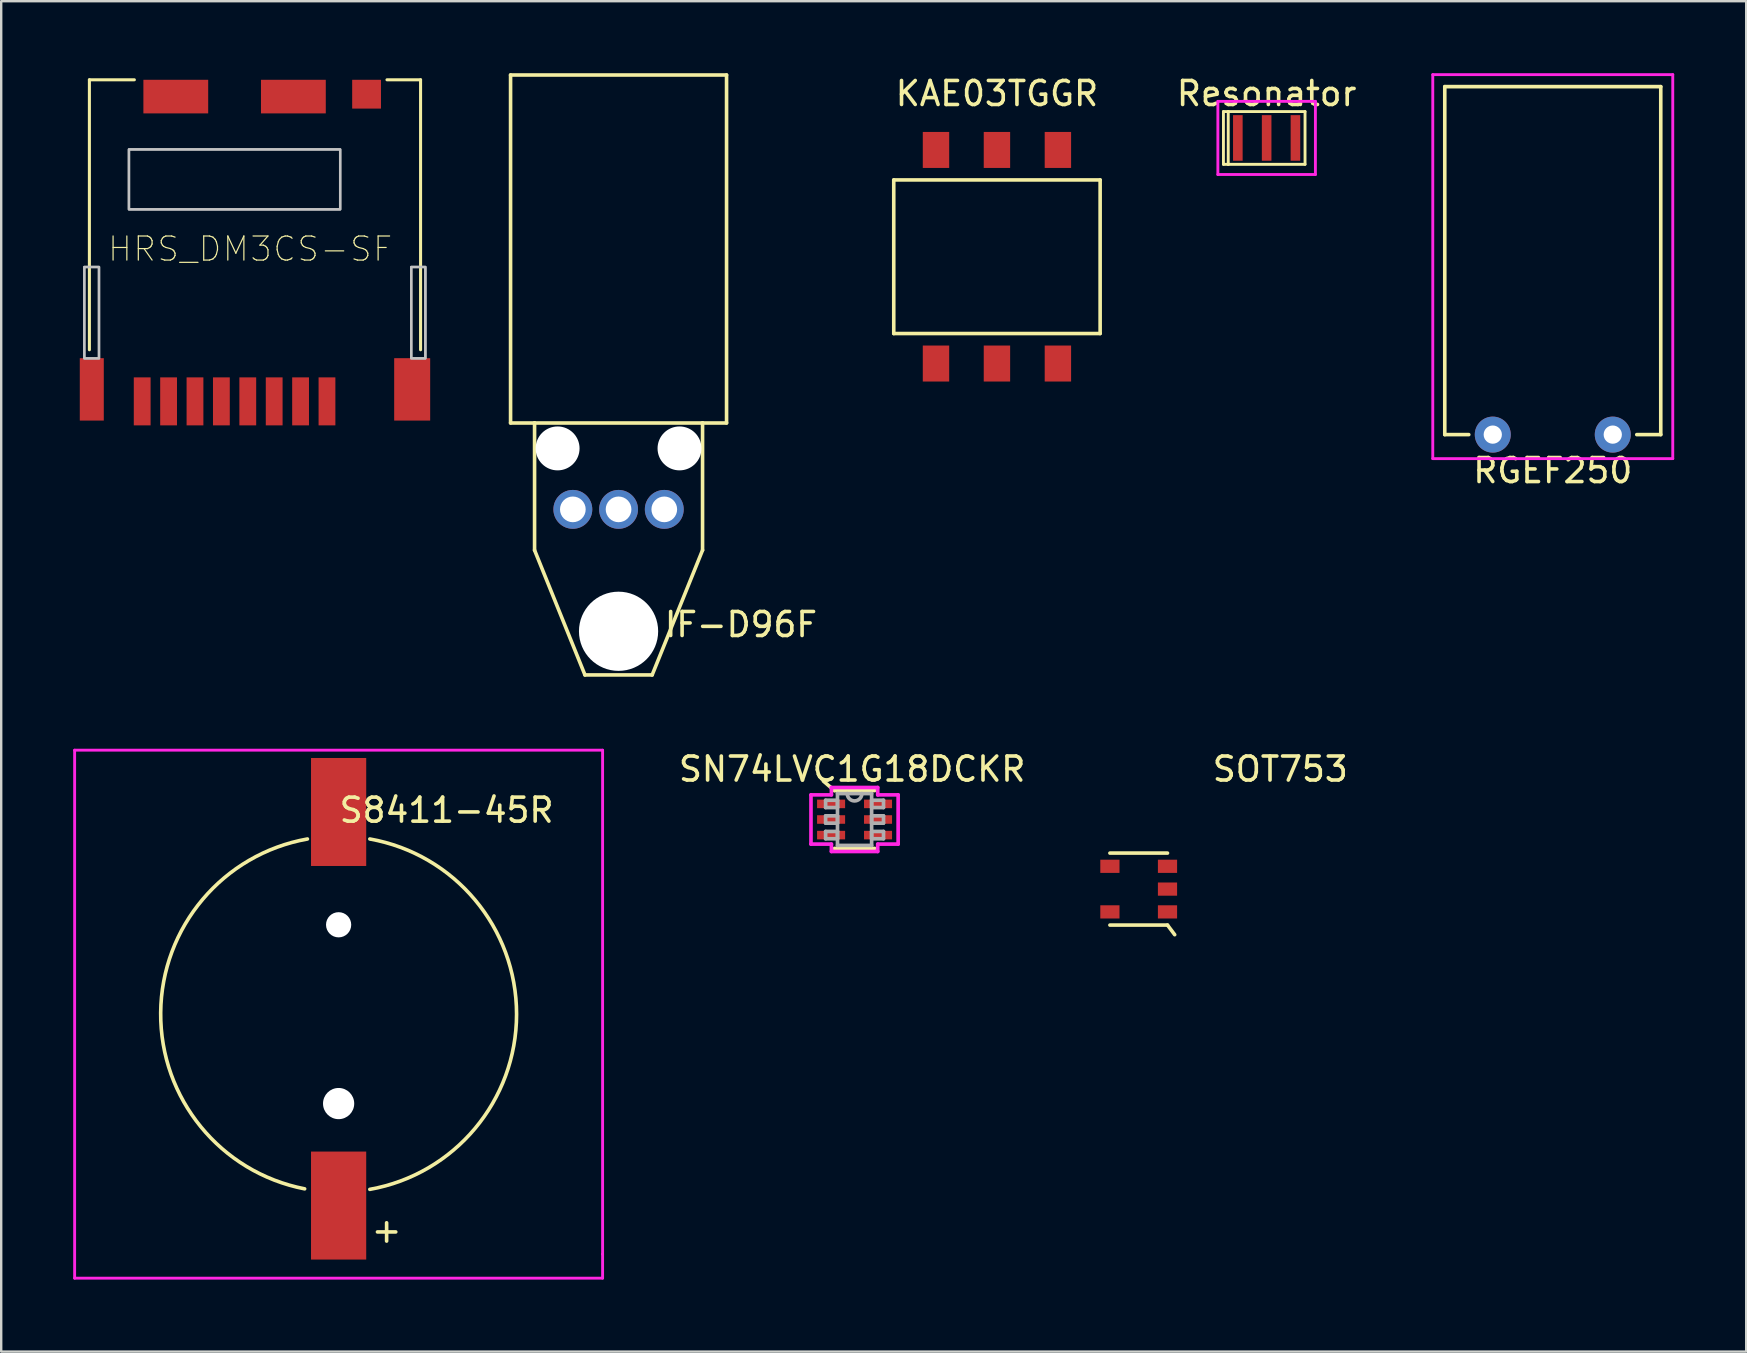
<source format=kicad_pcb>
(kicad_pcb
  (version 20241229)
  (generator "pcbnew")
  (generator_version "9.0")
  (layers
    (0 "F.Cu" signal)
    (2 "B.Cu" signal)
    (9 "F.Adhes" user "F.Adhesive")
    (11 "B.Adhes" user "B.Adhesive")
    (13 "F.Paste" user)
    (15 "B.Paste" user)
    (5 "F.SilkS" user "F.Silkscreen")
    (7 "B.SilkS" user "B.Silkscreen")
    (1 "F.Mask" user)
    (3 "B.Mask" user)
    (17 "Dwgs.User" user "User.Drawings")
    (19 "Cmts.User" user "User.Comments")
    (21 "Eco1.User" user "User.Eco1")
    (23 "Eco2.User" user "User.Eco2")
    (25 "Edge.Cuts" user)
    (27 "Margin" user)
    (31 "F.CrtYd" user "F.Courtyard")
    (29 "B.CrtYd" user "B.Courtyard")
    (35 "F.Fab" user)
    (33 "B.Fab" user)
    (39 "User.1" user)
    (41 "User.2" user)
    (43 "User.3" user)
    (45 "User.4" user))
  (footprint "RGEF250"
    (layer "F.Cu")
    (at 61.653 15.06)
    (property "Reference" "RGEF250" (at 0 1.5 0) (layer "F.SilkS") (effects (font (size 1 1) (thickness 0.15))))
    (attr through_hole)
    (fp_line (start -4.5 -14.5) (end 4.5 -14.5) (stroke (width 0.15) (type solid)) (layer "F.SilkS"))
    (fp_line (start -4.5 0) (end -4.5 -14.5) (stroke (width 0.15) (type solid)) (layer "F.SilkS"))
    (fp_line (start -4.5 0) (end -3.5 0) (stroke (width 0.15) (type solid)) (layer "F.SilkS"))
    (fp_line (start 4.5 -14.5) (end 4.5 0) (stroke (width 0.15) (type solid)) (layer "F.SilkS"))
    (fp_line (start 4.5 0) (end 3.5 0) (stroke (width 0.15) (type solid)) (layer "F.SilkS"))
    (fp_line (start -5 -15) (end 5 -15) (stroke (width 0.12) (type solid)) (layer "F.CrtYd"))
    (fp_line (start -5 1) (end -5 -15) (stroke (width 0.12) (type solid)) (layer "F.CrtYd"))
    (fp_line (start 5 -15) (end 5 1) (stroke (width 0.12) (type solid)) (layer "F.CrtYd"))
    (fp_line (start 5 1) (end -5 1) (stroke (width 0.12) (type solid)) (layer "F.CrtYd"))
    (pad "1" thru_hole circle (at -2.5 0) (size 1.5 1.5) (drill 0.76) (layers "*.Cu" "*.Mask"))
    (pad "2" thru_hole circle (at 2.5 0) (size 1.5 1.5) (drill 0.76) (layers "*.Cu" "*.Mask")))
  (footprint "IF-D96F"
    (layer "F.Cu")
    (at 22.725 18.175)
    (property "Reference" "IF-D96F" (at 5.1 4.8 0) (layer "F.SilkS") (effects (font (size 1 1) (thickness 0.15))))
    (attr through_hole)
    (fp_line (start -4.5 -18.1) (end 4.5 -18.1) (stroke (width 0.15) (type solid)) (layer "F.SilkS"))
    (fp_line (start -4.5 -3.6) (end -4.5 -18.1) (stroke (width 0.15) (type solid)) (layer "F.SilkS"))
    (fp_line (start -3.5 -3.6) (end -4.5 -3.6) (stroke (width 0.15) (type solid)) (layer "F.SilkS"))
    (fp_line (start -3.5 -3.6) (end 3.5 -3.6) (stroke (width 0.15) (type solid)) (layer "F.SilkS"))
    (fp_line (start -3.5 1.7) (end -3.5 -3.6) (stroke (width 0.15) (type solid)) (layer "F.SilkS"))
    (fp_line (start -1.4 6.9) (end -3.5 1.7) (stroke (width 0.15) (type solid)) (layer "F.SilkS"))
    (fp_line (start 1.4 6.9) (end -1.4 6.9) (stroke (width 0.15) (type solid)) (layer "F.SilkS"))
    (fp_line (start 3.5 -3.6) (end 3.5 1.7) (stroke (width 0.15) (type solid)) (layer "F.SilkS"))
    (fp_line (start 3.5 1.7) (end 1.4 6.9) (stroke (width 0.15) (type solid)) (layer "F.SilkS"))
    (fp_line (start 4.5 -18.1) (end 4.5 -3.6) (stroke (width 0.15) (type solid)) (layer "F.SilkS"))
    (fp_line (start 4.5 -3.6) (end 3.5 -3.6) (stroke (width 0.15) (type solid)) (layer "F.SilkS"))
    (pad "" np_thru_hole circle (at -2.54 -2.54) (size 1.83 1.83) (drill 1.83) (layers "*.Cu" "*.Mask"))
    (pad "" np_thru_hole circle (at 0 5.08) (size 3.3 3.3) (drill 3.3) (layers "*.Cu" "*.Mask"))
    (pad "" np_thru_hole circle (at 2.54 -2.54) (size 1.83 1.83) (drill 1.83) (layers "*.Cu" "*.Mask"))
    (pad "1" thru_hole circle (at 1.905 0) (size 1.62 1.62) (drill 1.07) (layers "*.Cu" "*.Mask"))
    (pad "2" thru_hole circle (at 0 0) (size 1.62 1.62) (drill 1.07) (layers "*.Cu" "*.Mask"))
    (pad "3" thru_hole circle (at -1.905 0) (size 1.62 1.62) (drill 1.07) (layers "*.Cu" "*.Mask")))
  (footprint "SN74LVC1G18DCKR"
    (layer "F.Cu")
    (at 32.559 31.098)
    (property "Reference" "SN74LVC1G18DCKR" (at -0.1 -2.1 0) (layer "F.SilkS") (effects (font (size 1 1) (thickness 0.15))))
    (attr through_hole)
    (fp_line (start -0.838 -1.206) (end -1.3 -1.6) (stroke (width 0.15) (type solid)) (layer "F.SilkS"))
    (fp_line (start -0.838 1.206) (end 0.838 1.206) (stroke (width 0.152) (type solid)) (layer "F.SilkS"))
    (fp_line (start 0.838 -1.206) (end -0.838 -1.206) (stroke (width 0.152) (type solid)) (layer "F.SilkS"))
    (fp_line (start -1.816 -1.026) (end -0.965 -1.026) (stroke (width 0.152) (type solid)) (layer "F.CrtYd"))
    (fp_line (start -1.816 1.026) (end -1.816 -1.026) (stroke (width 0.152) (type solid)) (layer "F.CrtYd"))
    (fp_line (start -0.965 -1.333) (end 0.965 -1.333) (stroke (width 0.152) (type solid)) (layer "F.CrtYd"))
    (fp_line (start -0.965 -1.026) (end -0.965 -1.333) (stroke (width 0.152) (type solid)) (layer "F.CrtYd"))
    (fp_line (start -0.965 1.026) (end -1.816 1.026) (stroke (width 0.152) (type solid)) (layer "F.CrtYd"))
    (fp_line (start -0.965 1.333) (end -0.965 1.026) (stroke (width 0.152) (type solid)) (layer "F.CrtYd"))
    (fp_line (start 0.965 -1.333) (end 0.965 -1.026) (stroke (width 0.152) (type solid)) (layer "F.CrtYd"))
    (fp_line (start 0.965 -1.026) (end 1.816 -1.026) (stroke (width 0.152) (type solid)) (layer "F.CrtYd"))
    (fp_line (start 0.965 1.026) (end 0.965 1.333) (stroke (width 0.152) (type solid)) (layer "F.CrtYd"))
    (fp_line (start 0.965 1.333) (end -0.965 1.333) (stroke (width 0.152) (type solid)) (layer "F.CrtYd"))
    (fp_line (start 1.816 -1.026) (end 1.816 1.026) (stroke (width 0.152) (type solid)) (layer "F.CrtYd"))
    (fp_line (start 1.816 1.026) (end 0.965 1.026) (stroke (width 0.152) (type solid)) (layer "F.CrtYd"))
    (fp_line (start -1.206 -0.802) (end -1.206 -0.498) (stroke (width 0.152) (type solid)) (layer "F.Fab"))
    (fp_line (start -1.206 -0.498) (end -0.711 -0.498) (stroke (width 0.152) (type solid)) (layer "F.Fab"))
    (fp_line (start -1.206 -0.152) (end -1.206 0.152) (stroke (width 0.152) (type solid)) (layer "F.Fab"))
    (fp_line (start -1.206 0.152) (end -0.711 0.152) (stroke (width 0.152) (type solid)) (layer "F.Fab"))
    (fp_line (start -1.206 0.498) (end -1.206 0.802) (stroke (width 0.152) (type solid)) (layer "F.Fab"))
    (fp_line (start -1.206 0.802) (end -0.711 0.802) (stroke (width 0.152) (type solid)) (layer "F.Fab"))
    (fp_line (start -0.711 -1.079) (end -0.711 1.079) (stroke (width 0.152) (type solid)) (layer "F.Fab"))
    (fp_line (start -0.711 -0.802) (end -1.206 -0.802) (stroke (width 0.152) (type solid)) (layer "F.Fab"))
    (fp_line (start -0.711 -0.498) (end -0.711 -0.802) (stroke (width 0.152) (type solid)) (layer "F.Fab"))
    (fp_line (start -0.711 -0.152) (end -1.206 -0.152) (stroke (width 0.152) (type solid)) (layer "F.Fab"))
    (fp_line (start -0.711 0.152) (end -0.711 -0.152) (stroke (width 0.152) (type solid)) (layer "F.Fab"))
    (fp_line (start -0.711 0.498) (end -1.206 0.498) (stroke (width 0.152) (type solid)) (layer "F.Fab"))
    (fp_line (start -0.711 0.802) (end -0.711 0.498) (stroke (width 0.152) (type solid)) (layer "F.Fab"))
    (fp_line (start -0.711 1.079) (end 0.711 1.079) (stroke (width 0.152) (type solid)) (layer "F.Fab"))
    (fp_line (start 0.711 -1.079) (end -0.711 -1.079) (stroke (width 0.152) (type solid)) (layer "F.Fab"))
    (fp_line (start 0.711 -0.802) (end 0.711 -0.498) (stroke (width 0.152) (type solid)) (layer "F.Fab"))
    (fp_line (start 0.711 -0.498) (end 1.206 -0.498) (stroke (width 0.152) (type solid)) (layer "F.Fab"))
    (fp_line (start 0.711 -0.152) (end 0.711 0.152) (stroke (width 0.152) (type solid)) (layer "F.Fab"))
    (fp_line (start 0.711 0.152) (end 1.206 0.152) (stroke (width 0.152) (type solid)) (layer "F.Fab"))
    (fp_line (start 0.711 0.498) (end 0.711 0.802) (stroke (width 0.152) (type solid)) (layer "F.Fab"))
    (fp_line (start 0.711 0.802) (end 1.206 0.802) (stroke (width 0.152) (type solid)) (layer "F.Fab"))
    (fp_line (start 0.711 1.079) (end 0.711 -1.079) (stroke (width 0.152) (type solid)) (layer "F.Fab"))
    (fp_line (start 1.206 -0.802) (end 0.711 -0.802) (stroke (width 0.152) (type solid)) (layer "F.Fab"))
    (fp_line (start 1.206 -0.498) (end 1.206 -0.802) (stroke (width 0.152) (type solid)) (layer "F.Fab"))
    (fp_line (start 1.206 -0.152) (end 0.711 -0.152) (stroke (width 0.152) (type solid)) (layer "F.Fab"))
    (fp_line (start 1.206 0.152) (end 1.206 -0.152) (stroke (width 0.152) (type solid)) (layer "F.Fab"))
    (fp_line (start 1.206 0.498) (end 0.711 0.498) (stroke (width 0.152) (type solid)) (layer "F.Fab"))
    (fp_line (start 1.206 0.802) (end 1.206 0.498) (stroke (width 0.152) (type solid)) (layer "F.Fab"))
    (fp_arc (start 0.3048 -1.0795) (mid 0 -0.7747) (end -0.3048 -1.0795) (stroke (width 0.1524) (type solid)) (layer "F.Fab"))
    (pad "1" smd rect (at -0.978 -0.65) (size 1.168 0.356) (layers "F.Cu" "F.Mask" "F.Paste"))
    (pad "2" smd rect (at -0.978 0) (size 1.168 0.356) (layers "F.Cu" "F.Mask" "F.Paste"))
    (pad "3" smd rect (at -0.978 0.65) (size 1.168 0.356) (layers "F.Cu" "F.Mask" "F.Paste"))
    (pad "4" smd rect (at 0.978 0.65) (size 1.168 0.356) (layers "F.Cu" "F.Mask" "F.Paste"))
    (pad "5" smd rect (at 0.978 0) (size 1.168 0.356) (layers "F.Cu" "F.Mask" "F.Paste"))
    (pad "6" smd rect (at 0.978 -0.65) (size 1.168 0.356) (layers "F.Cu" "F.Mask" "F.Paste")))
  (footprint "HRS_DM3CS-SF"
    (layer "F.Cu")
    (at 7.375 7.325)
    (property "Reference" "HRS_DM3CS-SF" (at 0 0 0) (layer "F.SilkS") (effects (font (size 1.004 1.004) (thickness 0.05))))
    (attr smd)
    (fp_line (start -6.7 -7.05) (end -4.826 -7.05) (stroke (width 0.127) (type solid)) (layer "F.SilkS"))
    (fp_line (start -6.7 4.2) (end -6.7 -7.05) (stroke (width 0.127) (type solid)) (layer "F.SilkS"))
    (fp_line (start 7.1 -7.05) (end 5.7 -7.05) (stroke (width 0.127) (type solid)) (layer "F.SilkS"))
    (fp_line (start 7.1 -7.05) (end 7.1 4.2) (stroke (width 0.127) (type solid)) (layer "F.SilkS"))
    (fp_poly (pts (xy -6.912 0.75) (xy -6.3 0.75) (xy -6.3 4.558) (xy -6.912 4.558)) (stroke (width 0.1) (type solid)) (fill no) (layer "Dwgs.User"))
    (fp_poly (pts (xy -6.912 0.75) (xy -6.3 0.75) (xy -6.3 4.558) (xy -6.912 4.558)) (stroke (width 0.1) (type solid)) (fill no) (layer "Dwgs.User"))
    (fp_poly (pts (xy -5.053 -4.15) (xy 3.75 -4.15) (xy 3.75 -1.651) (xy -5.053 -1.651)) (stroke (width 0.1) (type solid)) (fill no) (layer "Dwgs.User"))
    (fp_poly (pts (xy -5.051 -4.15) (xy 3.75 -4.15) (xy 3.75 -1.65) (xy -5.051 -1.65)) (stroke (width 0.1) (type solid)) (fill no) (layer "Dwgs.User"))
    (fp_poly (pts (xy 6.71 0.75) (xy 7.3 0.75) (xy 7.3 4.556) (xy 6.71 4.556)) (stroke (width 0.1) (type solid)) (fill no) (layer "Dwgs.User"))
    (fp_poly (pts (xy 6.712 0.75) (xy 7.3 0.75) (xy 7.3 4.558) (xy 6.712 4.558)) (stroke (width 0.1) (type solid)) (fill no) (layer "Dwgs.User"))
    (fp_line (start -7.35 -7.3) (end -7.35 7.6) (stroke (width 0.05) (type solid)) (layer "Eco1.User"))
    (fp_line (start -7.35 7.6) (end 7.75 7.6) (stroke (width 0.05) (type solid)) (layer "Eco1.User"))
    (fp_line (start 7.75 -7.3) (end -7.35 -7.3) (stroke (width 0.05) (type solid)) (layer "Eco1.User"))
    (fp_line (start 7.75 7.6) (end 7.75 -7.3) (stroke (width 0.05) (type solid)) (layer "Eco1.User"))
    (fp_line (start -6.7 -7.05) (end 7.1 -7.05) (stroke (width 0.127) (type solid)) (layer "Eco2.User"))
    (fp_line (start -6.7 7.05) (end -6.7 -7.05) (stroke (width 0.127) (type solid)) (layer "Eco2.User"))
    (fp_line (start -6.1 7.05) (end -6.7 7.05) (stroke (width 0.127) (type solid)) (layer "Eco2.User"))
    (fp_line (start 4.5 5.7) (end -4.6 5.7) (stroke (width 0.127) (type solid)) (layer "Eco2.User"))
    (fp_line (start 7.1 -7.05) (end 7.1 7.05) (stroke (width 0.127) (type solid)) (layer "Eco2.User"))
    (fp_line (start 7.1 7.05) (end 6 7.05) (stroke (width 0.127) (type solid)) (layer "Eco2.User"))
    (fp_arc (start -6.1 7.05) (mid -5.629594 6.06434) (end -4.6 5.7) (stroke (width 0.127) (type solid)) (layer "Eco2.User"))
    (fp_arc (start 4.5 5.7) (mid 5.529594 6.06434) (end 6 7.05) (stroke (width 0.127) (type solid)) (layer "Eco2.User"))
    (pad "1" smd rect (at 3.2 6.35) (size 0.7 2) (layers "F.Cu" "F.Mask" "F.Paste"))
    (pad "2" smd rect (at 2.1 6.35) (size 0.7 2) (layers "F.Cu" "F.Mask" "F.Paste"))
    (pad "3" smd rect (at 1 6.35) (size 0.7 2) (layers "F.Cu" "F.Mask" "F.Paste"))
    (pad "4" smd rect (at -0.1 6.35) (size 0.7 2) (layers "F.Cu" "F.Mask" "F.Paste"))
    (pad "5" smd rect (at -1.2 6.35) (size 0.7 2) (layers "F.Cu" "F.Mask" "F.Paste"))
    (pad "6" smd rect (at -2.3 6.35) (size 0.7 2) (layers "F.Cu" "F.Mask" "F.Paste"))
    (pad "7" smd rect (at -3.4 6.35) (size 0.7 2) (layers "F.Cu" "F.Mask" "F.Paste"))
    (pad "8" smd rect (at -4.5 6.35) (size 0.7 2) (layers "F.Cu" "F.Mask" "F.Paste"))
    (pad "9" smd rect (at 1.8 -6.35) (size 2.7 1.4) (layers "F.Cu" "F.Mask" "F.Paste"))
    (pad "S1" smd rect (at -6.6 5.85) (size 1 2.6) (layers "F.Cu" "F.Mask" "F.Paste"))
    (pad "S2" smd rect (at 6.75 5.85) (size 1.5 2.6) (layers "F.Cu" "F.Mask" "F.Paste"))
    (pad "S3" smd rect (at -3.1 -6.35) (size 2.7 1.4) (layers "F.Cu" "F.Mask" "F.Paste"))
    (pad "S5" smd rect (at 4.85 -6.45) (size 1.2 1.2) (layers "F.Cu" "F.Mask" "F.Paste")))
  (footprint "KAE03TGGR"
    (layer "F.Cu")
    (at 38.492 7.648)
    (property "Reference" "KAE03TGGR" (at 0 -6.8 0) (layer "F.SilkS") (effects (font (size 1 1) (thickness 0.15))))
    (attr through_hole)
    (fp_line (start -4.3 -3.2) (end 4.3 -3.2) (stroke (width 0.15) (type solid)) (layer "F.SilkS"))
    (fp_line (start -4.3 3.2) (end -4.3 -3.2) (stroke (width 0.15) (type solid)) (layer "F.SilkS"))
    (fp_line (start 4.3 -3.2) (end 4.3 3.2) (stroke (width 0.15) (type solid)) (layer "F.SilkS"))
    (fp_line (start 4.3 3.2) (end -4.3 3.2) (stroke (width 0.15) (type solid)) (layer "F.SilkS"))
    (pad "1" smd rect (at -2.54 4.45) (size 1.1 1.5) (layers "F.Cu" "F.Mask" "F.Paste"))
    (pad "2" smd rect (at 0 4.45) (size 1.1 1.5) (layers "F.Cu" "F.Mask" "F.Paste"))
    (pad "3" smd rect (at 2.54 4.45) (size 1.1 1.5) (layers "F.Cu" "F.Mask" "F.Paste"))
    (pad "4" smd rect (at 2.54 -4.45) (size 1.1 1.5) (layers "F.Cu" "F.Mask" "F.Paste"))
    (pad "5" smd rect (at 0 -4.45) (size 1.1 1.5) (layers "F.Cu" "F.Mask" "F.Paste"))
    (pad "6" smd rect (at -2.54 -4.45) (size 1.1 1.5) (layers "F.Cu" "F.Mask" "F.Paste")))
  (footprint "SOT753"
    (layer "F.Cu")
    (at 44.399 33.998)
    (property "Reference" "SOT753" (at 5.9 -5 0) (layer "F.SilkS") (effects (font (size 1 1) (thickness 0.15))))
    (attr through_hole)
    (fp_line (start -1.2 -1.5) (end 1.2 -1.5) (stroke (width 0.15) (type solid)) (layer "F.SilkS"))
    (fp_line (start -1.2 1.5) (end 1.2 1.5) (stroke (width 0.15) (type solid)) (layer "F.SilkS"))
    (fp_line (start 1.2 1.5) (end 1.5 1.9) (stroke (width 0.15) (type solid)) (layer "F.SilkS"))
    (pad "1" smd rect (at 1.2 0.95) (size 0.8 0.55) (layers "F.Cu" "F.Mask" "F.Paste"))
    (pad "2" smd rect (at 1.2 0) (size 0.8 0.55) (layers "F.Cu" "F.Mask" "F.Paste"))
    (pad "3" smd rect (at 1.2 -0.95) (size 0.8 0.55) (layers "F.Cu" "F.Mask" "F.Paste"))
    (pad "4" smd rect (at -1.2 -0.95) (size 0.8 0.55) (layers "F.Cu" "F.Mask" "F.Paste"))
    (pad "5" smd rect (at -1.2 0.95) (size 0.8 0.55) (layers "F.Cu" "F.Mask" "F.Paste")))
  (footprint "Resonator"
    (layer "F.Cu")
    (at 49.73 2.698)
    (property "Reference" "Resonator" (at 0 -1.85 0) (layer "F.SilkS") (effects (font (size 1 1) (thickness 0.15))))
    (attr through_hole)
    (fp_line (start -1.8 -1.1) (end -1.8 1.1) (stroke (width 0.12) (type solid)) (layer "F.SilkS"))
    (fp_line (start -1.8 1.1) (end -1.6 1.1) (stroke (width 0.12) (type solid)) (layer "F.SilkS"))
    (fp_line (start -1.6 -1.1) (end -1.8 -1.1) (stroke (width 0.12) (type solid)) (layer "F.SilkS"))
    (fp_line (start -1.6 -1.1) (end 1.6 -1.1) (stroke (width 0.12) (type solid)) (layer "F.SilkS"))
    (fp_line (start -1.6 1.1) (end -1.6 -1.1) (stroke (width 0.12) (type solid)) (layer "F.SilkS"))
    (fp_line (start 1.6 -1.1) (end 1.6 1.1) (stroke (width 0.12) (type solid)) (layer "F.SilkS"))
    (fp_line (start 1.6 1.1) (end -1.6 1.1) (stroke (width 0.12) (type solid)) (layer "F.SilkS"))
    (fp_line (start -2.032 -1.524) (end 2.032 -1.524) (stroke (width 0.12) (type solid)) (layer "F.CrtYd"))
    (fp_line (start -2.032 1.524) (end -2.032 -1.524) (stroke (width 0.12) (type solid)) (layer "F.CrtYd"))
    (fp_line (start 2.032 -1.524) (end 2.032 1.524) (stroke (width 0.12) (type solid)) (layer "F.CrtYd"))
    (fp_line (start 2.032 1.524) (end -2.032 1.524) (stroke (width 0.12) (type solid)) (layer "F.CrtYd"))
    (pad "1" smd rect (at -1.2 0) (size 0.4 1.9) (layers "F.Cu" "F.Mask" "F.Paste"))
    (pad "2" smd rect (at 0 0) (size 0.4 1.9) (layers "F.Cu" "F.Mask" "F.Paste"))
    (pad "3" smd rect (at 1.2 0) (size 0.4 1.9) (layers "F.Cu" "F.Mask" "F.Paste")))
  (footprint "S8411-45R"
    (layer "F.Cu")
    (at 11.06 39.21)
    (property "Reference" "S8411-45R" (at 4.5 -8.5 0) (layer "F.SilkS") (effects (font (size 1 1) (thickness 0.15))))
    (attr through_hole)
    (fp_arc (start -1.41527 7.278531) (mid -7.414618 -0.058626) (end -1.3 -7.3) (stroke (width 0.15) (type solid)) (layer "F.SilkS"))
    (fp_arc (start 1.300001 -7.299999) (mid 7.414849 0.000001) (end 1.299999 7.299999) (stroke (width 0.15) (type solid)) (layer "F.SilkS"))
    (fp_line (start -11 -11) (end 11 -11) (stroke (width 0.12) (type solid)) (layer "F.CrtYd"))
    (fp_line (start -11 11) (end -11 -11) (stroke (width 0.12) (type solid)) (layer "F.CrtYd"))
    (fp_line (start 11 -11) (end 11 10) (stroke (width 0.12) (type solid)) (layer "F.CrtYd"))
    (fp_line (start 11 10) (end 11 11) (stroke (width 0.12) (type solid)) (layer "F.CrtYd"))
    (fp_line (start 11 11) (end -11 11) (stroke (width 0.12) (type solid)) (layer "F.CrtYd"))
    (fp_text user "+" (at 2 9 0) (layer "F.SilkS") (effects (font (size 1 1) (thickness 0.15))))
    (pad "" np_thru_hole circle (at 0 -3.725) (size 1.05 1.05) (drill 1.05) (layers "*.Cu" "*.Mask"))
    (pad "" np_thru_hole circle (at 0 3.725) (size 1.3 1.3) (drill 1.3) (layers "*.Cu" "*.Mask"))
    (pad "1" smd rect (at 0 7.975) (size 2.3 4.5) (layers "F.Cu" "F.Mask" "F.Paste"))
    (pad "2" smd rect (at 0 -8.425) (size 2.3 4.5) (layers "F.Cu" "F.Mask" "F.Paste")))
  (gr_rect
    (start -3 -3)
    (end 69.713 53.27)
    (stroke (width 0.1) (type default))
    (fill no)
    (layer "Edge.Cuts")))
</source>
